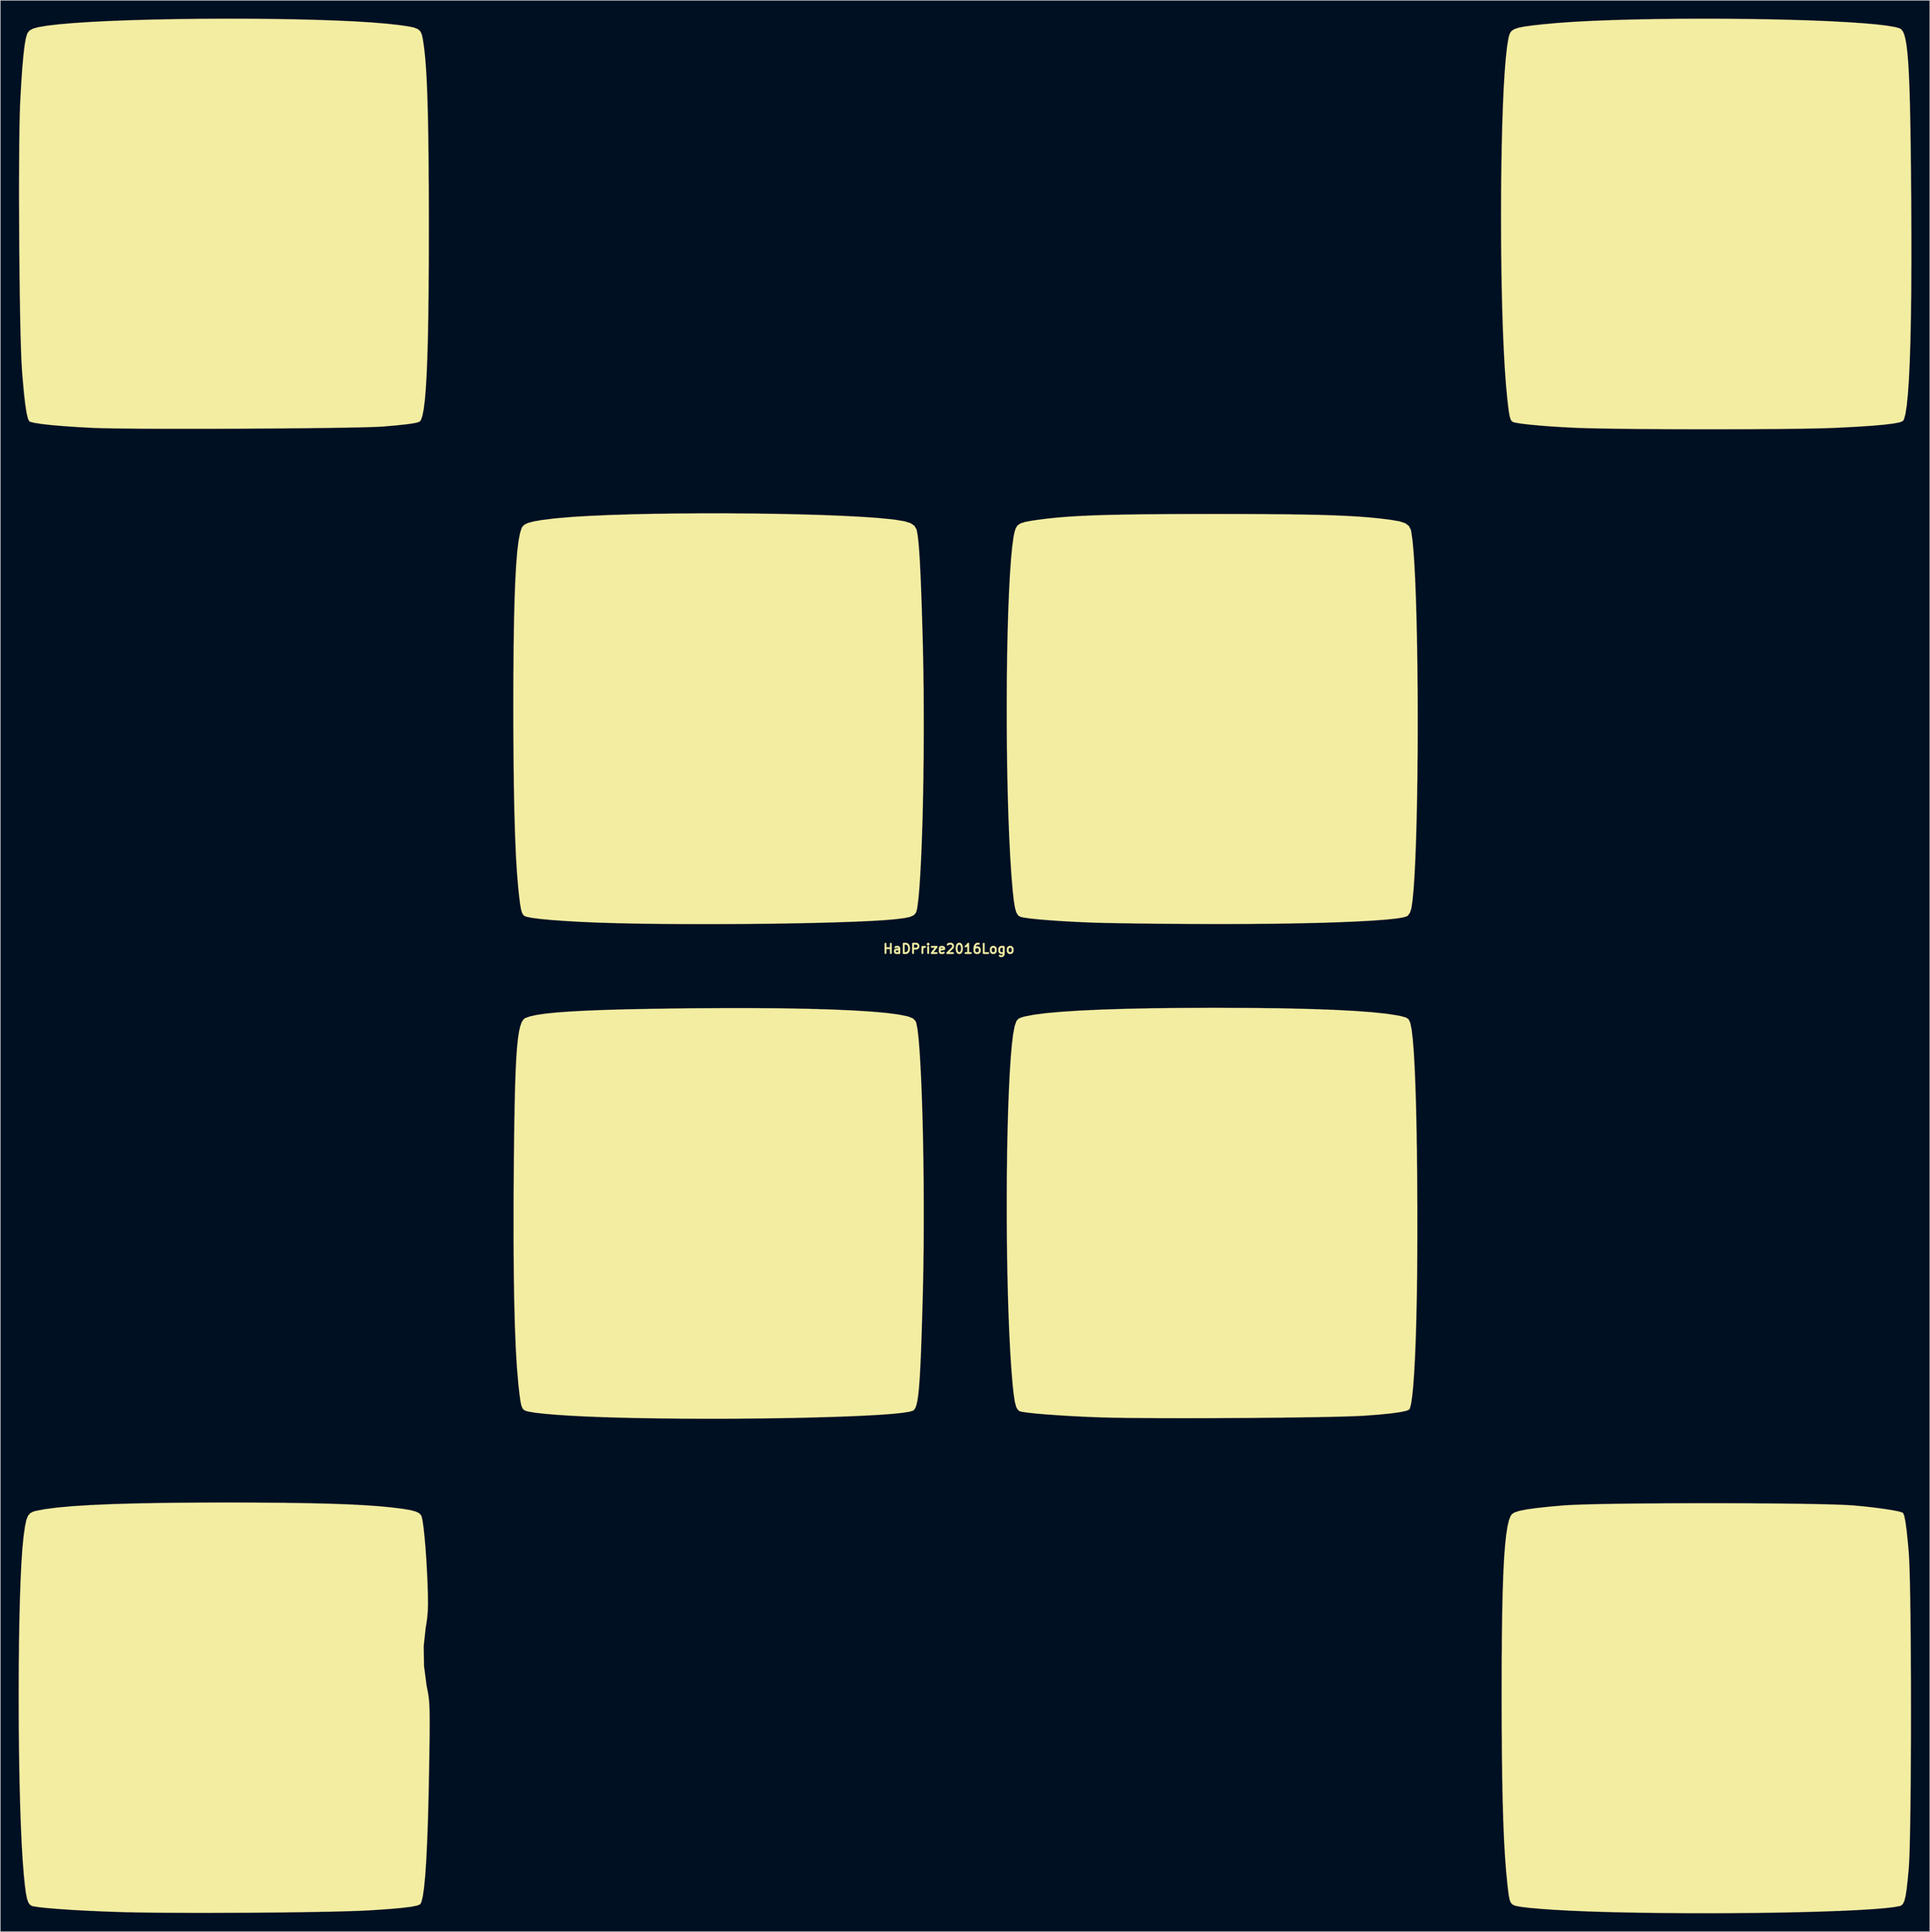
<source format=kicad_pcb>
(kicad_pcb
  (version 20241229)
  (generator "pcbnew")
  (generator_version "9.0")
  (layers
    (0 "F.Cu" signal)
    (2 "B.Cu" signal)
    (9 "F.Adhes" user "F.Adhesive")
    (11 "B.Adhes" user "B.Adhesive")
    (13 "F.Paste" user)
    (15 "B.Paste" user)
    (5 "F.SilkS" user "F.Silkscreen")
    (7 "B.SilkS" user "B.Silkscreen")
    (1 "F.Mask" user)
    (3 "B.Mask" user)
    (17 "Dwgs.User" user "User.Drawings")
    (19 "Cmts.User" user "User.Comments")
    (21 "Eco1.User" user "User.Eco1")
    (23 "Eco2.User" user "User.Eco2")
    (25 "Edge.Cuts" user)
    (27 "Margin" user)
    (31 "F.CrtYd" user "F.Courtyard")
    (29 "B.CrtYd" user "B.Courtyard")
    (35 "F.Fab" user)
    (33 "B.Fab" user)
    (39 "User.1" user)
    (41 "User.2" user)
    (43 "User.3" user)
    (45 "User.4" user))
  (footprint "HaDPrize2016Logo"
    (layer "F.Cu")
    (at 151.88 151.822)
    (property "Reference" "HaDPrize2016Logo" (at 0 0 0) (layer "F.SilkS") (effects (font (size 1.524 1.524) (thickness 0.3))))
    (attr through_hole)
    (fp_poly (pts (xy 48.921 9.65) (xy 54.001 9.709) (xy 58.552 9.808) (xy 62.573 9.946) (xy 66.064 10.123) (xy 69.025 10.34) (xy 71.454 10.595) (xy 73.35 10.89) (xy 73.857 10.996) (xy 74.642 11.213) (xy 75.069 11.498) (xy 75.309 11.993) (xy 75.385 12.258) (xy 75.575 13.258) (xy 75.749 14.767) (xy 75.907 16.758) (xy 76.049 19.206) (xy 76.172 22.084) (xy 76.277 25.368) (xy 76.363 29.03) (xy 76.429 33.046) (xy 76.474 37.388) (xy 76.497 42.032) (xy 76.498 46.95) (xy 76.49 49.597) (xy 76.46 53.532) (xy 76.405 57.243) (xy 76.328 60.699) (xy 76.23 63.866) (xy 76.112 66.712) (xy 75.976 69.204) (xy 75.825 71.311) (xy 75.659 72.999) (xy 75.48 74.236) (xy 75.29 74.989) (xy 75.177 75.191) (xy 74.7 75.404) (xy 73.712 75.614) (xy 72.238 75.818) (xy 70.301 76.012) (xy 67.926 76.194) (xy 67.778 76.204) (xy 66.509 76.268) (xy 64.767 76.329) (xy 62.613 76.384) (xy 60.11 76.435) (xy 57.319 76.479) (xy 54.302 76.518) (xy 51.121 76.55) (xy 47.836 76.576) (xy 44.511 76.594) (xy 41.206 76.605) (xy 37.984 76.608) (xy 34.905 76.603) (xy 32.033 76.589) (xy 29.428 76.566) (xy 27.152 76.534) (xy 25.267 76.492) (xy 24.488 76.467) (xy 22.168 76.371) (xy 19.906 76.255) (xy 17.774 76.125) (xy 15.841 75.985) (xy 14.179 75.842) (xy 12.858 75.701) (xy 11.949 75.567) (xy 11.585 75.477) (xy 11.259 75.241) (xy 11.001 74.762) (xy 10.789 73.967) (xy 10.604 72.779) (xy 10.443 71.329) (xy 10.227 68.819) (xy 10.038 65.974) (xy 9.876 62.843) (xy 9.742 59.473) (xy 9.633 55.912) (xy 9.551 52.207) (xy 9.495 48.407) (xy 9.464 44.558) (xy 9.459 40.71) (xy 9.479 36.908) (xy 9.524 33.201) (xy 9.593 29.637) (xy 9.686 26.263) (xy 9.804 23.127) (xy 9.945 20.277) (xy 10.109 17.759) (xy 10.297 15.623) (xy 10.507 13.915) (xy 10.74 12.684) (xy 10.794 12.484) (xy 11.042 11.784) (xy 11.383 11.394) (xy 11.998 11.149) (xy 12.356 11.055) (xy 13.874 10.759) (xy 15.914 10.496) (xy 18.464 10.267) (xy 21.511 10.072) (xy 25.043 9.912) (xy 29.048 9.787) (xy 33.515 9.699) (xy 38.43 9.646) (xy 43.314 9.63) (xy 48.921 9.65)) (stroke (width 0.01) (type solid)) (fill yes) (layer "F.SilkS"))
    (fp_poly (pts (xy -36.216 -71.083) (xy -32.174 -71.054) (xy -28.206 -70.998) (xy -24.374 -70.916) (xy -20.739 -70.808) (xy -17.365 -70.673) (xy -14.314 -70.513) (xy -11.648 -70.328) (xy -9.429 -70.118) (xy -8.689 -70.028) (xy -7.248 -69.786) (xy -6.258 -69.477) (xy -5.635 -69.059) (xy -5.295 -68.488) (xy -5.228 -68.246) (xy -5.091 -67.46) (xy -4.964 -66.378) (xy -4.845 -64.97) (xy -4.732 -63.203) (xy -4.624 -61.046) (xy -4.519 -58.469) (xy -4.416 -55.438) (xy -4.312 -51.924) (xy -4.248 -49.535) (xy -4.174 -46.041) (xy -4.125 -42.417) (xy -4.101 -38.712) (xy -4.1 -34.975) (xy -4.123 -31.256) (xy -4.166 -27.604) (xy -4.23 -24.07) (xy -4.313 -20.702) (xy -4.415 -17.55) (xy -4.533 -14.664) (xy -4.667 -12.093) (xy -4.815 -9.887) (xy -4.977 -8.095) (xy -5.152 -6.766) (xy -5.231 -6.348) (xy -5.403 -5.853) (xy -5.731 -5.493) (xy -6.301 -5.232) (xy -7.204 -5.033) (xy -8.526 -4.861) (xy -9.009 -4.811) (xy -10.69 -4.672) (xy -12.847 -4.545) (xy -15.419 -4.43) (xy -18.348 -4.33) (xy -21.574 -4.243) (xy -25.037 -4.17) (xy -28.679 -4.113) (xy -32.44 -4.071) (xy -36.26 -4.046) (xy -40.08 -4.039) (xy -43.84 -4.048) (xy -47.482 -4.077) (xy -50.946 -4.124) (xy -54.172 -4.19) (xy -57.101 -4.277) (xy -57.664 -4.298) (xy -60.324 -4.414) (xy -62.736 -4.552) (xy -64.849 -4.705) (xy -66.613 -4.871) (xy -67.978 -5.044) (xy -68.892 -5.219) (xy -69.228 -5.337) (xy -69.482 -5.533) (xy -69.683 -5.871) (xy -69.85 -6.43) (xy -70.001 -7.29) (xy -70.156 -8.531) (xy -70.311 -10.026) (xy -70.515 -12.47) (xy -70.689 -15.381) (xy -70.832 -18.768) (xy -70.946 -22.642) (xy -71.03 -27.014) (xy -71.085 -31.895) (xy -71.111 -37.295) (xy -71.113 -39.704) (xy -71.1 -44.8) (xy -71.062 -49.374) (xy -70.998 -53.438) (xy -70.907 -57.005) (xy -70.788 -60.087) (xy -70.642 -62.696) (xy -70.467 -64.845) (xy -70.263 -66.546) (xy -70.029 -67.812) (xy -69.765 -68.653) (xy -69.638 -68.894) (xy -69.292 -69.232) (xy -68.688 -69.518) (xy -67.766 -69.765) (xy -66.464 -69.989) (xy -64.718 -70.204) (xy -63.72 -70.307) (xy -61.333 -70.505) (xy -58.521 -70.673) (xy -55.346 -70.812) (xy -51.872 -70.923) (xy -48.159 -71.005) (xy -44.271 -71.058) (xy -40.269 -71.084) (xy -36.216 -71.083)) (stroke (width 0.01) (type solid)) (fill yes) (layer "F.SilkS"))
    (fp_poly (pts (xy -31.684 9.678) (xy -27.039 9.719) (xy -22.799 9.797) (xy -18.979 9.91) (xy -15.6 10.06) (xy -12.678 10.244) (xy -10.231 10.462) (xy -8.279 10.714) (xy -6.838 10.998) (xy -6.592 11.065) (xy -5.832 11.371) (xy -5.434 11.81) (xy -5.303 12.172) (xy -5.123 13.121) (xy -4.954 14.557) (xy -4.796 16.433) (xy -4.652 18.702) (xy -4.522 21.315) (xy -4.407 24.227) (xy -4.308 27.388) (xy -4.227 30.752) (xy -4.165 34.272) (xy -4.122 37.9) (xy -4.101 41.589) (xy -4.101 45.29) (xy -4.125 48.958) (xy -4.173 52.544) (xy -4.246 56.002) (xy -4.248 56.082) (xy -4.349 59.797) (xy -4.447 63.013) (xy -4.545 65.765) (xy -4.647 68.087) (xy -4.754 70.015) (xy -4.871 71.583) (xy -5 72.827) (xy -5.143 73.782) (xy -5.304 74.483) (xy -5.486 74.965) (xy -5.691 75.263) (xy -5.842 75.376) (xy -6.448 75.557) (xy -7.547 75.727) (xy -9.097 75.887) (xy -11.055 76.036) (xy -13.38 76.171) (xy -16.03 76.293) (xy -18.963 76.401) (xy -22.136 76.494) (xy -25.509 76.571) (xy -29.038 76.63) (xy -32.681 76.672) (xy -36.398 76.695) (xy -40.145 76.698) (xy -43.882 76.681) (xy -47.565 76.643) (xy -51.153 76.582) (xy -54.604 76.498) (xy -56.36 76.444) (xy -59.18 76.334) (xy -61.756 76.202) (xy -64.036 76.053) (xy -65.969 75.891) (xy -67.506 75.719) (xy -68.597 75.541) (xy -69.084 75.409) (xy -69.385 75.254) (xy -69.614 74.996) (xy -69.794 74.552) (xy -69.947 73.84) (xy -70.095 72.779) (xy -70.26 71.287) (xy -70.304 70.853) (xy -70.528 68.212) (xy -70.714 65.051) (xy -70.861 61.365) (xy -70.97 57.155) (xy -71.041 52.418) (xy -71.074 47.152) (xy -71.069 41.356) (xy -71.043 36.983) (xy -71.002 32.633) (xy -70.953 28.788) (xy -70.894 25.418) (xy -70.82 22.494) (xy -70.732 19.986) (xy -70.626 17.864) (xy -70.5 16.098) (xy -70.352 14.659) (xy -70.18 13.517) (xy -69.982 12.642) (xy -69.755 12.004) (xy -69.497 11.575) (xy -69.207 11.323) (xy -69.145 11.292) (xy -68.386 11.029) (xy -67.311 10.793) (xy -65.897 10.584) (xy -64.122 10.399) (xy -61.961 10.238) (xy -59.393 10.099) (xy -56.394 9.98) (xy -52.941 9.882) (xy -49.011 9.801) (xy -44.581 9.737) (xy -42.111 9.71) (xy -36.713 9.675) (xy -31.684 9.678)) (stroke (width 0.01) (type solid)) (fill yes) (layer "F.SilkS"))
    (fp_poly (pts (xy 126.415 -151.808) (xy 130.133 -151.775) (xy 133.774 -151.718) (xy 137.29 -151.637) (xy 140.635 -151.533) (xy 143.764 -151.406) (xy 146.628 -151.256) (xy 149.182 -151.086) (xy 151.38 -150.894) (xy 153.175 -150.681) (xy 154.52 -150.448) (xy 155.258 -150.242) (xy 155.537 -150.062) (xy 155.785 -149.727) (xy 156.005 -149.208) (xy 156.199 -148.476) (xy 156.369 -147.502) (xy 156.516 -146.256) (xy 156.643 -144.711) (xy 156.752 -142.836) (xy 156.845 -140.604) (xy 156.923 -137.985) (xy 156.988 -134.949) (xy 157.044 -131.469) (xy 157.09 -127.515) (xy 157.13 -123.058) (xy 157.134 -122.584) (xy 157.164 -117.011) (xy 157.166 -111.864) (xy 157.139 -107.154) (xy 157.084 -102.892) (xy 157.002 -99.086) (xy 156.892 -95.748) (xy 156.756 -92.888) (xy 156.593 -90.515) (xy 156.404 -88.639) (xy 156.189 -87.272) (xy 155.948 -86.423) (xy 155.794 -86.168) (xy 155.313 -85.956) (xy 154.299 -85.754) (xy 152.756 -85.562) (xy 150.685 -85.381) (xy 148.088 -85.211) (xy 144.969 -85.052) (xy 144.379 -85.026) (xy 142.765 -84.97) (xy 140.686 -84.923) (xy 138.21 -84.884) (xy 135.408 -84.853) (xy 132.348 -84.829) (xy 129.101 -84.814) (xy 125.734 -84.807) (xy 122.318 -84.807) (xy 118.922 -84.815) (xy 115.616 -84.831) (xy 112.467 -84.855) (xy 109.547 -84.886) (xy 106.923 -84.925) (xy 104.666 -84.972) (xy 102.845 -85.026) (xy 102.268 -85.049) (xy 100.114 -85.159) (xy 98.061 -85.291) (xy 96.187 -85.439) (xy 94.571 -85.594) (xy 93.29 -85.751) (xy 92.423 -85.902) (xy 92.155 -85.978) (xy 91.912 -86.134) (xy 91.722 -86.446) (xy 91.564 -87.001) (xy 91.416 -87.882) (xy 91.256 -89.175) (xy 91.181 -89.858) (xy 90.964 -92.193) (xy 90.773 -94.889) (xy 90.609 -97.898) (xy 90.471 -101.17) (xy 90.359 -104.656) (xy 90.272 -108.308) (xy 90.211 -112.077) (xy 90.176 -115.914) (xy 90.165 -119.77) (xy 90.179 -123.596) (xy 90.217 -127.344) (xy 90.28 -130.964) (xy 90.367 -134.408) (xy 90.478 -137.627) (xy 90.612 -140.572) (xy 90.77 -143.194) (xy 90.951 -145.444) (xy 91.154 -147.274) (xy 91.381 -148.635) (xy 91.46 -148.972) (xy 91.628 -149.454) (xy 91.896 -149.826) (xy 92.337 -150.115) (xy 93.025 -150.345) (xy 94.032 -150.542) (xy 95.432 -150.731) (xy 97.117 -150.917) (xy 99.444 -151.128) (xy 102.112 -151.31) (xy 105.074 -151.462) (xy 108.283 -151.587) (xy 111.693 -151.684) (xy 115.258 -151.754) (xy 118.931 -151.798) (xy 122.665 -151.816) (xy 126.415 -151.808)) (stroke (width 0.01) (type solid)) (fill yes) (layer "F.SilkS"))
    (fp_poly (pts (xy 47.673 -70.97) (xy 51.543 -70.954) (xy 54.97 -70.925) (xy 58 -70.882) (xy 60.678 -70.822) (xy 63.05 -70.746) (xy 65.162 -70.651) (xy 67.059 -70.536) (xy 68.788 -70.398) (xy 70.393 -70.238) (xy 71.922 -70.052) (xy 72.189 -70.016) (xy 73.579 -69.776) (xy 74.522 -69.464) (xy 75.108 -69.03) (xy 75.426 -68.425) (xy 75.497 -68.127) (xy 75.69 -66.785) (xy 75.863 -64.961) (xy 76.017 -62.705) (xy 76.152 -60.069) (xy 76.268 -57.104) (xy 76.364 -53.86) (xy 76.442 -50.39) (xy 76.5 -46.743) (xy 76.539 -42.97) (xy 76.559 -39.124) (xy 76.559 -35.254) (xy 76.541 -31.411) (xy 76.503 -27.648) (xy 76.445 -24.014) (xy 76.369 -20.561) (xy 76.273 -17.34) (xy 76.158 -14.401) (xy 76.023 -11.796) (xy 75.869 -9.576) (xy 75.696 -7.791) (xy 75.516 -6.563) (xy 75.269 -5.85) (xy 74.9 -5.372) (xy 74.847 -5.339) (xy 74.195 -5.137) (xy 73.038 -4.948) (xy 71.404 -4.775) (xy 69.324 -4.617) (xy 66.825 -4.476) (xy 63.938 -4.354) (xy 60.691 -4.25) (xy 57.114 -4.168) (xy 53.236 -4.107) (xy 49.086 -4.068) (xy 44.693 -4.053) (xy 41.977 -4.057) (xy 39.112 -4.068) (xy 36.224 -4.088) (xy 33.394 -4.114) (xy 30.703 -4.145) (xy 28.232 -4.18) (xy 26.063 -4.219) (xy 24.276 -4.26) (xy 23.081 -4.298) (xy 20.708 -4.401) (xy 18.466 -4.525) (xy 16.423 -4.664) (xy 14.648 -4.812) (xy 13.211 -4.964) (xy 12.178 -5.114) (xy 11.656 -5.241) (xy 11.307 -5.47) (xy 11.035 -5.908) (xy 10.819 -6.635) (xy 10.634 -7.729) (xy 10.457 -9.272) (xy 10.443 -9.416) (xy 10.224 -11.96) (xy 10.034 -14.85) (xy 9.87 -18.035) (xy 9.734 -21.466) (xy 9.626 -25.091) (xy 9.544 -28.862) (xy 9.489 -32.729) (xy 9.46 -36.64) (xy 9.457 -40.547) (xy 9.48 -44.399) (xy 9.529 -48.147) (xy 9.604 -51.74) (xy 9.704 -55.128) (xy 9.828 -58.261) (xy 9.978 -61.09) (xy 10.152 -63.564) (xy 10.351 -65.633) (xy 10.573 -67.247) (xy 10.716 -67.965) (xy 10.911 -68.622) (xy 11.202 -69.093) (xy 11.683 -69.427) (xy 12.447 -69.675) (xy 13.589 -69.889) (xy 14.572 -70.031) (xy 16.056 -70.219) (xy 17.629 -70.382) (xy 19.337 -70.522) (xy 21.223 -70.64) (xy 23.332 -70.737) (xy 25.708 -70.816) (xy 28.395 -70.877) (xy 31.438 -70.922) (xy 34.881 -70.952) (xy 38.768 -70.969) (xy 43.144 -70.975) (xy 43.314 -70.975) (xy 47.673 -70.97)) (stroke (width 0.01) (type solid)) (fill yes) (layer "F.SilkS"))
    (fp_poly (pts (xy -114.74 -151.812) (xy -110.886 -151.78) (xy -107.133 -151.721) (xy -103.534 -151.633) (xy -100.142 -151.518) (xy -97.009 -151.374) (xy -94.189 -151.201) (xy -91.734 -150.999) (xy -89.836 -150.786) (xy -88.379 -150.58) (xy -87.363 -150.375) (xy -86.697 -150.116) (xy -86.289 -149.746) (xy -86.048 -149.207) (xy -85.884 -148.443) (xy -85.861 -148.31) (xy -85.676 -147.028) (xy -85.513 -145.482) (xy -85.371 -143.645) (xy -85.25 -141.488) (xy -85.15 -138.982) (xy -85.068 -136.098) (xy -85.004 -132.807) (xy -84.957 -129.082) (xy -84.926 -124.892) (xy -84.911 -120.209) (xy -84.909 -117.909) (xy -84.917 -112.635) (xy -84.945 -107.882) (xy -84.993 -103.636) (xy -85.063 -99.885) (xy -85.155 -96.614) (xy -85.269 -93.809) (xy -85.406 -91.459) (xy -85.566 -89.548) (xy -85.752 -88.065) (xy -85.962 -86.994) (xy -86.197 -86.323) (xy -86.407 -86.063) (xy -86.794 -85.913) (xy -87.488 -85.768) (xy -88.545 -85.621) (xy -90.019 -85.464) (xy -91.964 -85.29) (xy -92.25 -85.266) (xy -93.172 -85.212) (xy -94.574 -85.161) (xy -96.404 -85.114) (xy -98.605 -85.07) (xy -101.125 -85.03) (xy -103.91 -84.995) (xy -106.905 -84.963) (xy -110.056 -84.937) (xy -113.31 -84.915) (xy -116.612 -84.898) (xy -119.907 -84.887) (xy -123.143 -84.882) (xy -126.265 -84.882) (xy -129.219 -84.889) (xy -131.95 -84.902) (xy -134.405 -84.922) (xy -136.53 -84.95) (xy -138.271 -84.984) (xy -139.573 -85.026) (xy -139.7 -85.032) (xy -142.266 -85.168) (xy -144.554 -85.323) (xy -146.517 -85.49) (xy -148.108 -85.666) (xy -149.28 -85.846) (xy -149.986 -86.024) (xy -150.145 -86.107) (xy -150.367 -86.553) (xy -150.591 -87.511) (xy -150.814 -88.958) (xy -151.032 -90.872) (xy -151.242 -93.228) (xy -151.349 -94.648) (xy -151.427 -96.034) (xy -151.498 -97.891) (xy -151.564 -100.155) (xy -151.623 -102.761) (xy -151.674 -105.648) (xy -151.718 -108.75) (xy -151.754 -112.003) (xy -151.782 -115.344) (xy -151.8 -118.71) (xy -151.81 -122.035) (xy -151.81 -125.257) (xy -151.8 -128.312) (xy -151.779 -131.135) (xy -151.748 -133.663) (xy -151.706 -135.831) (xy -151.652 -137.578) (xy -151.626 -138.148) (xy -151.46 -141.208) (xy -151.287 -143.757) (xy -151.107 -145.822) (xy -150.915 -147.426) (xy -150.71 -148.594) (xy -150.488 -149.352) (xy -150.444 -149.451) (xy -150.099 -149.899) (xy -149.484 -150.214) (xy -148.656 -150.434) (xy -147.185 -150.684) (xy -145.233 -150.911) (xy -142.853 -151.113) (xy -140.097 -151.29) (xy -137.019 -151.442) (xy -133.671 -151.569) (xy -130.107 -151.67) (xy -126.378 -151.746) (xy -122.539 -151.794) (xy -118.642 -151.817) (xy -114.74 -151.812)) (stroke (width 0.01) (type solid)) (fill yes) (layer "F.SilkS"))
    (fp_poly (pts (xy 127.175 90.492) (xy 130.524 90.505) (xy 133.761 90.527) (xy 136.826 90.557) (xy 139.662 90.596) (xy 142.208 90.644) (xy 144.407 90.701) (xy 146.2 90.767) (xy 147.528 90.841) (xy 147.721 90.856) (xy 149.525 91.023) (xy 151.253 91.218) (xy 152.822 91.429) (xy 154.145 91.642) (xy 155.137 91.845) (xy 155.713 92.023) (xy 155.804 92.081) (xy 155.997 92.537) (xy 156.195 93.519) (xy 156.398 95.019) (xy 156.604 97.029) (xy 156.733 98.525) (xy 156.803 99.696) (xy 156.866 101.342) (xy 156.921 103.409) (xy 156.968 105.843) (xy 157.008 108.589) (xy 157.041 111.593) (xy 157.066 114.801) (xy 157.083 118.159) (xy 157.093 121.612) (xy 157.095 125.107) (xy 157.09 128.59) (xy 157.077 132.005) (xy 157.056 135.299) (xy 157.028 138.417) (xy 156.993 141.306) (xy 156.949 143.912) (xy 156.899 146.179) (xy 156.841 148.054) (xy 156.775 149.482) (xy 156.73 150.127) (xy 156.549 152.091) (xy 156.379 153.584) (xy 156.203 154.673) (xy 156.008 155.42) (xy 155.776 155.891) (xy 155.494 156.151) (xy 155.269 156.237) (xy 154.263 156.419) (xy 152.767 156.588) (xy 150.827 156.744) (xy 148.487 156.885) (xy 145.793 157.012) (xy 142.789 157.122) (xy 139.52 157.216) (xy 136.032 157.292) (xy 132.369 157.35) (xy 128.576 157.388) (xy 124.699 157.405) (xy 120.782 157.401) (xy 116.871 157.376) (xy 113.01 157.327) (xy 109.244 157.254) (xy 106.896 157.194) (xy 103.977 157.098) (xy 101.267 156.981) (xy 98.816 156.847) (xy 96.675 156.7) (xy 94.895 156.544) (xy 93.525 156.381) (xy 92.618 156.216) (xy 92.38 156.145) (xy 92.028 155.973) (xy 91.775 155.709) (xy 91.588 155.255) (xy 91.436 154.515) (xy 91.287 153.394) (xy 91.19 152.534) (xy 90.983 150.389) (xy 90.804 147.97) (xy 90.653 145.245) (xy 90.528 142.179) (xy 90.429 138.738) (xy 90.354 134.889) (xy 90.303 130.599) (xy 90.274 125.833) (xy 90.266 121.92) (xy 90.274 116.98) (xy 90.304 112.555) (xy 90.357 108.624) (xy 90.434 105.167) (xy 90.536 102.164) (xy 90.664 99.595) (xy 90.82 97.441) (xy 91.004 95.68) (xy 91.219 94.294) (xy 91.464 93.261) (xy 91.741 92.563) (xy 91.961 92.256) (xy 92.408 91.982) (xy 93.201 91.732) (xy 94.377 91.498) (xy 95.974 91.275) (xy 98.033 91.055) (xy 100.397 90.849) (xy 101.645 90.774) (xy 103.367 90.707) (xy 105.504 90.649) (xy 107.999 90.6) (xy 110.792 90.56) (xy 113.824 90.529) (xy 117.037 90.507) (xy 120.373 90.493) (xy 123.771 90.488) (xy 127.175 90.492)) (stroke (width 0.01) (type solid)) (fill yes) (layer "F.SilkS"))
    (fp_poly (pts (xy -113.101 90.387) (xy -108.663 90.423) (xy -104.699 90.483) (xy -101.178 90.569) (xy -98.07 90.681) (xy -95.346 90.821) (xy -92.973 90.989) (xy -90.923 91.187) (xy -90.905 91.189) (xy -89.178 91.404) (xy -87.913 91.619) (xy -87.038 91.854) (xy -86.481 92.131) (xy -86.169 92.473) (xy -86.105 92.612) (xy -85.947 93.266) (xy -85.784 94.381) (xy -85.62 95.883) (xy -85.464 97.698) (xy -85.32 99.751) (xy -85.197 101.97) (xy -85.125 103.605) (xy -85.065 105.483) (xy -85.052 106.965) (xy -85.093 108.19) (xy -85.193 109.294) (xy -85.358 110.415) (xy -85.424 110.787) (xy -85.75 113.811) (xy -85.699 117.04) (xy -85.276 120.305) (xy -85.139 120.984) (xy -85.022 121.58) (xy -84.929 122.202) (xy -84.859 122.908) (xy -84.81 123.76) (xy -84.781 124.818) (xy -84.77 126.141) (xy -84.777 127.791) (xy -84.8 129.826) (xy -84.838 132.308) (xy -84.86 133.638) (xy -84.951 138.215) (xy -85.061 142.261) (xy -85.19 145.778) (xy -85.337 148.771) (xy -85.502 151.242) (xy -85.687 153.195) (xy -85.891 154.632) (xy -86.115 155.557) (xy -86.315 155.938) (xy -86.797 156.148) (xy -87.811 156.35) (xy -89.357 156.544) (xy -91.432 156.728) (xy -94.035 156.904) (xy -94.648 156.94) (xy -96.317 157.017) (xy -98.45 157.087) (xy -100.978 157.15) (xy -103.83 157.205) (xy -106.935 157.252) (xy -110.225 157.29) (xy -113.629 157.32) (xy -117.076 157.339) (xy -120.497 157.349) (xy -123.821 157.348) (xy -126.979 157.336) (xy -129.899 157.312) (xy -132.513 157.277) (xy -134.749 157.229) (xy -135.288 157.213) (xy -138.084 157.115) (xy -140.725 156.998) (xy -143.152 156.867) (xy -145.303 156.724) (xy -147.117 156.576) (xy -148.533 156.424) (xy -149.491 156.275) (xy -149.646 156.24) (xy -149.998 156.064) (xy -150.279 155.69) (xy -150.508 155.049) (xy -150.703 154.071) (xy -150.883 152.689) (xy -151.046 151.063) (xy -151.226 148.762) (xy -151.385 146.058) (xy -151.521 143.007) (xy -151.635 139.669) (xy -151.727 136.1) (xy -151.797 132.358) (xy -151.845 128.5) (xy -151.871 124.583) (xy -151.875 120.666) (xy -151.857 116.805) (xy -151.817 113.058) (xy -151.755 109.483) (xy -151.67 106.137) (xy -151.564 103.078) (xy -151.435 100.362) (xy -151.284 98.048) (xy -151.111 96.193) (xy -151.053 95.718) (xy -150.839 94.248) (xy -150.621 93.219) (xy -150.355 92.541) (xy -149.997 92.12) (xy -149.5 91.865) (xy -149.114 91.753) (xy -147.605 91.458) (xy -145.602 91.199) (xy -143.099 90.976) (xy -140.091 90.788) (xy -136.574 90.635) (xy -132.541 90.518) (xy -127.989 90.436) (xy -122.913 90.389) (xy -118.043 90.376) (xy -113.101 90.387)) (stroke (width 0.01) (type solid)) (fill yes) (layer "F.SilkS")))
  (gr_rect
    (start -3 -3)
    (end 312.051 312.232)
    (stroke (width 0.1) (type default))
    (fill no)
    (layer "Edge.Cuts")))
</source>
